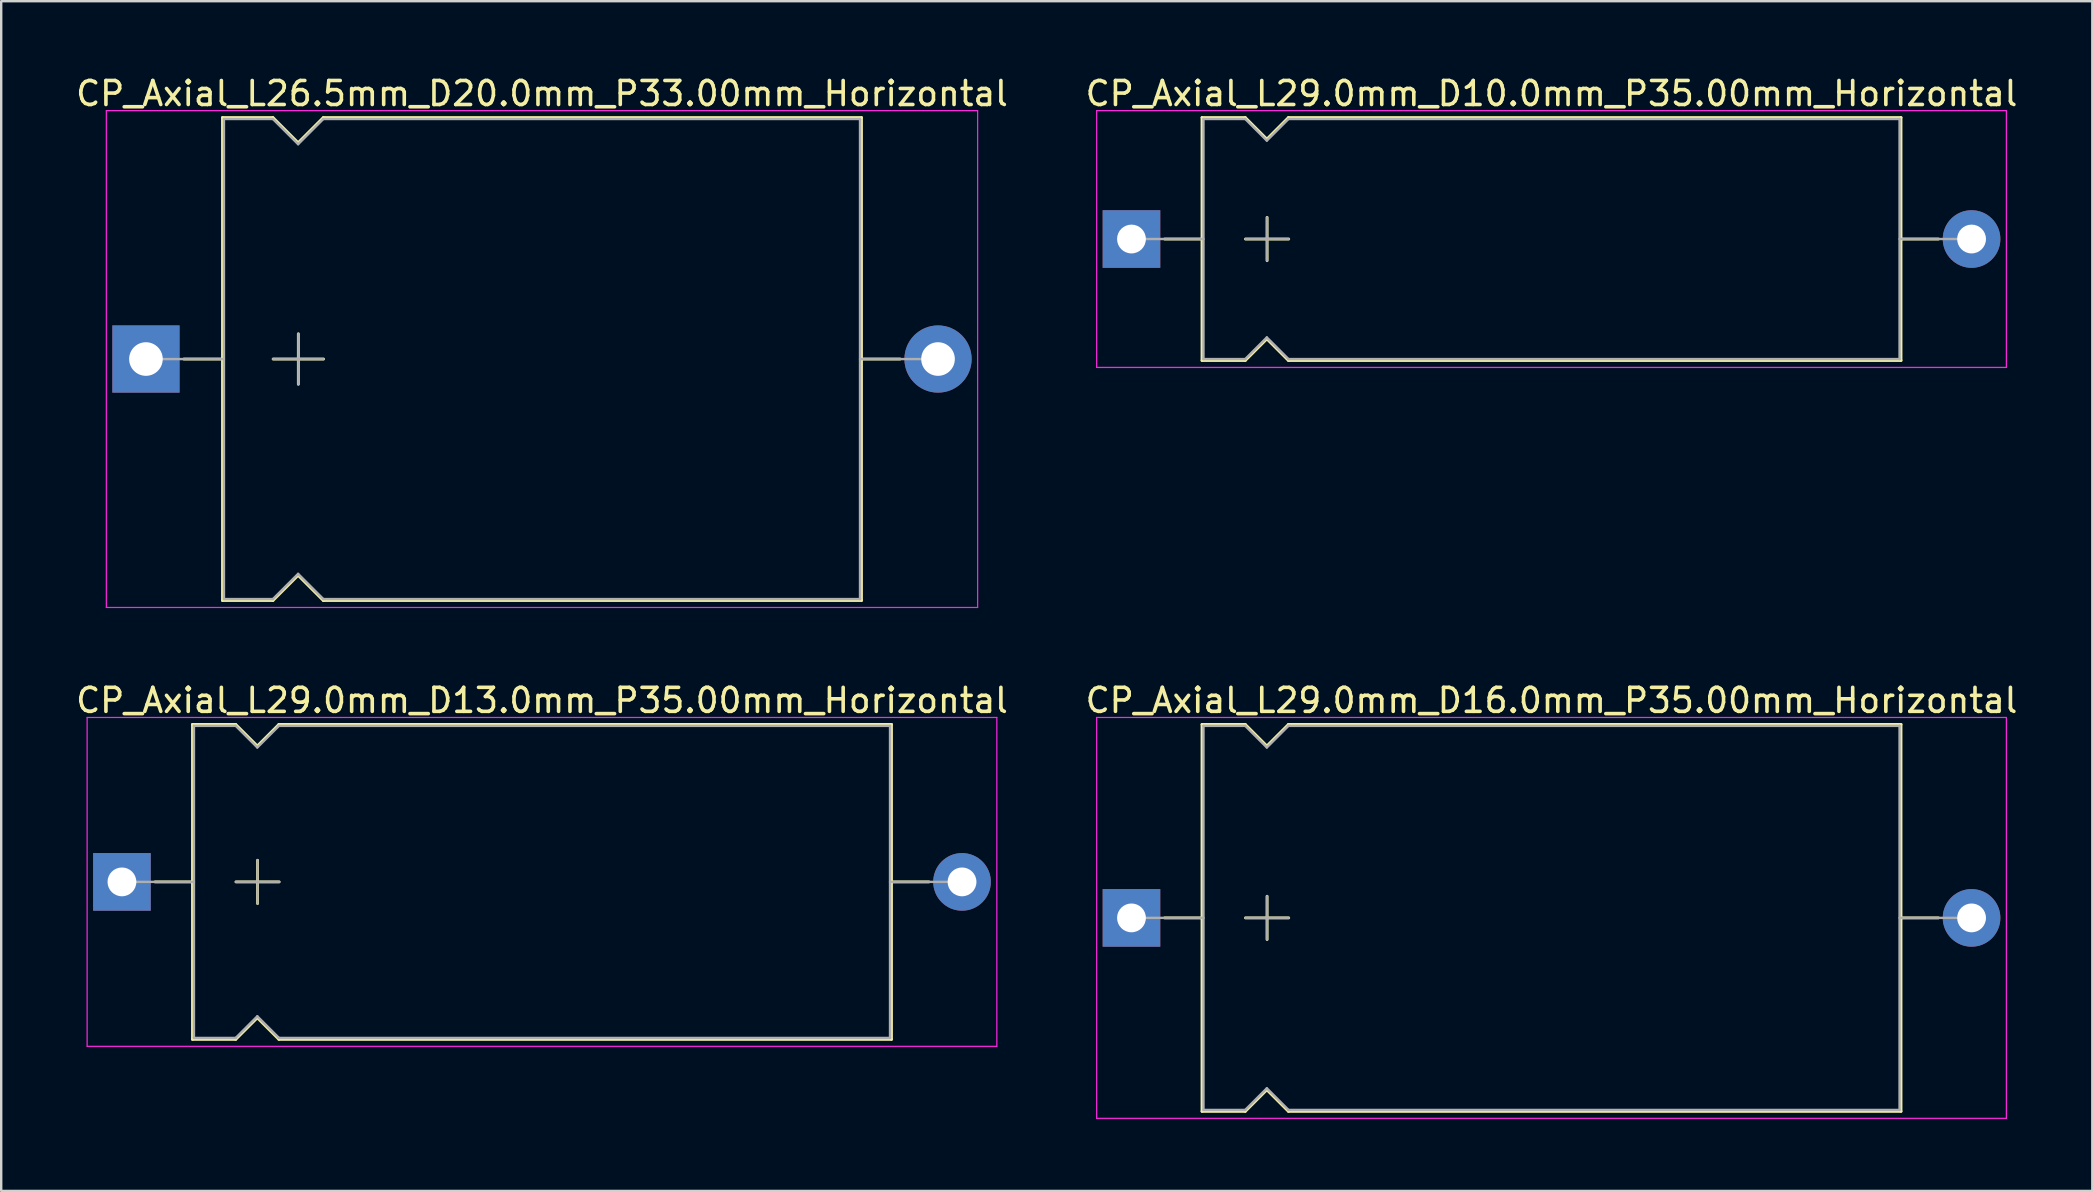
<source format=kicad_pcb>
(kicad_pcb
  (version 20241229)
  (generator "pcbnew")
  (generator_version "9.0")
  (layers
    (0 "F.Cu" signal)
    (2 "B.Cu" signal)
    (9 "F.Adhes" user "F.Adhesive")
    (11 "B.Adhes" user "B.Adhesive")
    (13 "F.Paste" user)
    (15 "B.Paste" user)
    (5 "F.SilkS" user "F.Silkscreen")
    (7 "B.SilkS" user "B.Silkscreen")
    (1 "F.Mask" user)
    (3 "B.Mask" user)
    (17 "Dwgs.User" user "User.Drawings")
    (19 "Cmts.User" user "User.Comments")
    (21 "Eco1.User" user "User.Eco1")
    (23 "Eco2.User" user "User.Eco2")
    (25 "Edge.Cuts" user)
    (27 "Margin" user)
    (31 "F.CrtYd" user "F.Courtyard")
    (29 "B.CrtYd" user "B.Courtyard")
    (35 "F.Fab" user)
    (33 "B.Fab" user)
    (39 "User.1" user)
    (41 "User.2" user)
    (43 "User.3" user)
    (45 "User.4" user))
  (footprint "CP_Axial_L26.5mm_D20.0mm_P33.00mm_Horizontal"
    (layer "F.Cu")
    (at 3.03 11.908)
    (property "Reference" "CP_Axial_L26.5mm_D20.0mm_P33.00mm_Horizontal" (at 16.5 -11.06 0) (layer "F.SilkS") (effects (font (size 1 1) (thickness 0.15))))
    (attr through_hole)
    (fp_line (start 1.58 0) (end 3.19 0) (stroke (width 0.12) (type solid)) (layer "F.SilkS"))
    (fp_line (start 3.19 -10.06) (end 3.19 10.06) (stroke (width 0.12) (type solid)) (layer "F.SilkS"))
    (fp_line (start 3.19 -10.06) (end 5.29 -10.06) (stroke (width 0.12) (type solid)) (layer "F.SilkS"))
    (fp_line (start 3.19 10.06) (end 5.29 10.06) (stroke (width 0.12) (type solid)) (layer "F.SilkS"))
    (fp_line (start 5.29 -10.06) (end 6.34 -9.01) (stroke (width 0.12) (type solid)) (layer "F.SilkS"))
    (fp_line (start 5.29 10.06) (end 6.34 9.01) (stroke (width 0.12) (type solid)) (layer "F.SilkS"))
    (fp_line (start 5.3 0) (end 7.4 0) (stroke (width 0.12) (type solid)) (layer "F.SilkS"))
    (fp_line (start 6.34 -9.01) (end 7.39 -10.06) (stroke (width 0.12) (type solid)) (layer "F.SilkS"))
    (fp_line (start 6.34 9.01) (end 7.39 10.06) (stroke (width 0.12) (type solid)) (layer "F.SilkS"))
    (fp_line (start 6.35 -1.05) (end 6.35 1.05) (stroke (width 0.12) (type solid)) (layer "F.SilkS"))
    (fp_line (start 7.39 -10.06) (end 29.81 -10.06) (stroke (width 0.12) (type solid)) (layer "F.SilkS"))
    (fp_line (start 7.39 10.06) (end 29.81 10.06) (stroke (width 0.12) (type solid)) (layer "F.SilkS"))
    (fp_line (start 29.81 -10.06) (end 29.81 10.06) (stroke (width 0.12) (type solid)) (layer "F.SilkS"))
    (fp_line (start 31.42 0) (end 29.81 0) (stroke (width 0.12) (type solid)) (layer "F.SilkS"))
    (fp_line (start -1.65 -10.35) (end -1.65 10.35) (stroke (width 0.05) (type solid)) (layer "F.CrtYd"))
    (fp_line (start -1.65 10.35) (end 34.65 10.35) (stroke (width 0.05) (type solid)) (layer "F.CrtYd"))
    (fp_line (start 34.65 -10.35) (end -1.65 -10.35) (stroke (width 0.05) (type solid)) (layer "F.CrtYd"))
    (fp_line (start 34.65 10.35) (end 34.65 -10.35) (stroke (width 0.05) (type solid)) (layer "F.CrtYd"))
    (fp_line (start 0 0) (end 3.25 0) (stroke (width 0.1) (type solid)) (layer "F.Fab"))
    (fp_line (start 3.25 -10) (end 3.25 10) (stroke (width 0.1) (type solid)) (layer "F.Fab"))
    (fp_line (start 3.25 -10) (end 5.29 -10) (stroke (width 0.1) (type solid)) (layer "F.Fab"))
    (fp_line (start 3.25 10) (end 5.29 10) (stroke (width 0.1) (type solid)) (layer "F.Fab"))
    (fp_line (start 5.29 -10) (end 6.34 -8.95) (stroke (width 0.1) (type solid)) (layer "F.Fab"))
    (fp_line (start 5.29 10) (end 6.34 8.95) (stroke (width 0.1) (type solid)) (layer "F.Fab"))
    (fp_line (start 5.3 0) (end 7.4 0) (stroke (width 0.1) (type solid)) (layer "F.Fab"))
    (fp_line (start 6.34 -8.95) (end 7.39 -10) (stroke (width 0.1) (type solid)) (layer "F.Fab"))
    (fp_line (start 6.34 8.95) (end 7.39 10) (stroke (width 0.1) (type solid)) (layer "F.Fab"))
    (fp_line (start 6.35 -1.05) (end 6.35 1.05) (stroke (width 0.1) (type solid)) (layer "F.Fab"))
    (fp_line (start 7.39 -10) (end 29.75 -10) (stroke (width 0.1) (type solid)) (layer "F.Fab"))
    (fp_line (start 7.39 10) (end 29.75 10) (stroke (width 0.1) (type solid)) (layer "F.Fab"))
    (fp_line (start 29.75 -10) (end 29.75 10) (stroke (width 0.1) (type solid)) (layer "F.Fab"))
    (fp_line (start 33 0) (end 29.75 0) (stroke (width 0.1) (type solid)) (layer "F.Fab"))
    (pad "1" thru_hole rect (at 0 0) (size 2.8 2.8) (drill 1.4) (layers "*.Cu" "*.Mask"))
    (pad "2" thru_hole oval (at 33 0) (size 2.8 2.8) (drill 1.4) (layers "*.Cu" "*.Mask")))
  (footprint "CP_Axial_L29.0mm_D10.0mm_P35.00mm_Horizontal"
    (layer "F.Cu")
    (at 44.089 6.908)
    (property "Reference" "CP_Axial_L29.0mm_D10.0mm_P35.00mm_Horizontal" (at 17.5 -6.06 0) (layer "F.SilkS") (effects (font (size 1 1) (thickness 0.15))))
    (attr through_hole)
    (fp_line (start 1.38 0) (end 2.94 0) (stroke (width 0.12) (type solid)) (layer "F.SilkS"))
    (fp_line (start 2.94 -5.06) (end 2.94 5.06) (stroke (width 0.12) (type solid)) (layer "F.SilkS"))
    (fp_line (start 2.94 -5.06) (end 4.74 -5.06) (stroke (width 0.12) (type solid)) (layer "F.SilkS"))
    (fp_line (start 2.94 5.06) (end 4.74 5.06) (stroke (width 0.12) (type solid)) (layer "F.SilkS"))
    (fp_line (start 4.74 -5.06) (end 5.64 -4.16) (stroke (width 0.12) (type solid)) (layer "F.SilkS"))
    (fp_line (start 4.74 5.06) (end 5.64 4.16) (stroke (width 0.12) (type solid)) (layer "F.SilkS"))
    (fp_line (start 4.75 0) (end 6.55 0) (stroke (width 0.12) (type solid)) (layer "F.SilkS"))
    (fp_line (start 5.64 -4.16) (end 6.54 -5.06) (stroke (width 0.12) (type solid)) (layer "F.SilkS"))
    (fp_line (start 5.64 4.16) (end 6.54 5.06) (stroke (width 0.12) (type solid)) (layer "F.SilkS"))
    (fp_line (start 5.65 -0.9) (end 5.65 0.9) (stroke (width 0.12) (type solid)) (layer "F.SilkS"))
    (fp_line (start 6.54 -5.06) (end 32.06 -5.06) (stroke (width 0.12) (type solid)) (layer "F.SilkS"))
    (fp_line (start 6.54 5.06) (end 32.06 5.06) (stroke (width 0.12) (type solid)) (layer "F.SilkS"))
    (fp_line (start 32.06 -5.06) (end 32.06 5.06) (stroke (width 0.12) (type solid)) (layer "F.SilkS"))
    (fp_line (start 33.62 0) (end 32.06 0) (stroke (width 0.12) (type solid)) (layer "F.SilkS"))
    (fp_line (start -1.45 -5.35) (end -1.45 5.35) (stroke (width 0.05) (type solid)) (layer "F.CrtYd"))
    (fp_line (start -1.45 5.35) (end 36.45 5.35) (stroke (width 0.05) (type solid)) (layer "F.CrtYd"))
    (fp_line (start 36.45 -5.35) (end -1.45 -5.35) (stroke (width 0.05) (type solid)) (layer "F.CrtYd"))
    (fp_line (start 36.45 5.35) (end 36.45 -5.35) (stroke (width 0.05) (type solid)) (layer "F.CrtYd"))
    (fp_line (start 0 0) (end 3 0) (stroke (width 0.1) (type solid)) (layer "F.Fab"))
    (fp_line (start 3 -5) (end 3 5) (stroke (width 0.1) (type solid)) (layer "F.Fab"))
    (fp_line (start 3 -5) (end 4.74 -5) (stroke (width 0.1) (type solid)) (layer "F.Fab"))
    (fp_line (start 3 5) (end 4.74 5) (stroke (width 0.1) (type solid)) (layer "F.Fab"))
    (fp_line (start 4.74 -5) (end 5.64 -4.1) (stroke (width 0.1) (type solid)) (layer "F.Fab"))
    (fp_line (start 4.74 5) (end 5.64 4.1) (stroke (width 0.1) (type solid)) (layer "F.Fab"))
    (fp_line (start 4.75 0) (end 6.55 0) (stroke (width 0.1) (type solid)) (layer "F.Fab"))
    (fp_line (start 5.64 -4.1) (end 6.54 -5) (stroke (width 0.1) (type solid)) (layer "F.Fab"))
    (fp_line (start 5.64 4.1) (end 6.54 5) (stroke (width 0.1) (type solid)) (layer "F.Fab"))
    (fp_line (start 5.65 -0.9) (end 5.65 0.9) (stroke (width 0.1) (type solid)) (layer "F.Fab"))
    (fp_line (start 6.54 -5) (end 32 -5) (stroke (width 0.1) (type solid)) (layer "F.Fab"))
    (fp_line (start 6.54 5) (end 32 5) (stroke (width 0.1) (type solid)) (layer "F.Fab"))
    (fp_line (start 32 -5) (end 32 5) (stroke (width 0.1) (type solid)) (layer "F.Fab"))
    (fp_line (start 35 0) (end 32 0) (stroke (width 0.1) (type solid)) (layer "F.Fab"))
    (pad "1" thru_hole rect (at 0 0) (size 2.4 2.4) (drill 1.2) (layers "*.Cu" "*.Mask"))
    (pad "2" thru_hole oval (at 35 0) (size 2.4 2.4) (drill 1.2) (layers "*.Cu" "*.Mask")))
  (footprint "CP_Axial_L29.0mm_D13.0mm_P35.00mm_Horizontal"
    (layer "F.Cu")
    (at 2.03 33.691)
    (property "Reference" "CP_Axial_L29.0mm_D13.0mm_P35.00mm_Horizontal" (at 17.5 -7.56 0) (layer "F.SilkS") (effects (font (size 1 1) (thickness 0.15))))
    (attr through_hole)
    (fp_line (start 1.38 0) (end 2.94 0) (stroke (width 0.12) (type solid)) (layer "F.SilkS"))
    (fp_line (start 2.94 -6.56) (end 2.94 6.56) (stroke (width 0.12) (type solid)) (layer "F.SilkS"))
    (fp_line (start 2.94 -6.56) (end 4.74 -6.56) (stroke (width 0.12) (type solid)) (layer "F.SilkS"))
    (fp_line (start 2.94 6.56) (end 4.74 6.56) (stroke (width 0.12) (type solid)) (layer "F.SilkS"))
    (fp_line (start 4.74 -6.56) (end 5.64 -5.66) (stroke (width 0.12) (type solid)) (layer "F.SilkS"))
    (fp_line (start 4.74 6.56) (end 5.64 5.66) (stroke (width 0.12) (type solid)) (layer "F.SilkS"))
    (fp_line (start 4.75 0) (end 6.55 0) (stroke (width 0.12) (type solid)) (layer "F.SilkS"))
    (fp_line (start 5.64 -5.66) (end 6.54 -6.56) (stroke (width 0.12) (type solid)) (layer "F.SilkS"))
    (fp_line (start 5.64 5.66) (end 6.54 6.56) (stroke (width 0.12) (type solid)) (layer "F.SilkS"))
    (fp_line (start 5.65 -0.9) (end 5.65 0.9) (stroke (width 0.12) (type solid)) (layer "F.SilkS"))
    (fp_line (start 6.54 -6.56) (end 32.06 -6.56) (stroke (width 0.12) (type solid)) (layer "F.SilkS"))
    (fp_line (start 6.54 6.56) (end 32.06 6.56) (stroke (width 0.12) (type solid)) (layer "F.SilkS"))
    (fp_line (start 32.06 -6.56) (end 32.06 6.56) (stroke (width 0.12) (type solid)) (layer "F.SilkS"))
    (fp_line (start 33.62 0) (end 32.06 0) (stroke (width 0.12) (type solid)) (layer "F.SilkS"))
    (fp_line (start -1.45 -6.85) (end -1.45 6.85) (stroke (width 0.05) (type solid)) (layer "F.CrtYd"))
    (fp_line (start -1.45 6.85) (end 36.45 6.85) (stroke (width 0.05) (type solid)) (layer "F.CrtYd"))
    (fp_line (start 36.45 -6.85) (end -1.45 -6.85) (stroke (width 0.05) (type solid)) (layer "F.CrtYd"))
    (fp_line (start 36.45 6.85) (end 36.45 -6.85) (stroke (width 0.05) (type solid)) (layer "F.CrtYd"))
    (fp_line (start 0 0) (end 3 0) (stroke (width 0.1) (type solid)) (layer "F.Fab"))
    (fp_line (start 3 -6.5) (end 3 6.5) (stroke (width 0.1) (type solid)) (layer "F.Fab"))
    (fp_line (start 3 -6.5) (end 4.74 -6.5) (stroke (width 0.1) (type solid)) (layer "F.Fab"))
    (fp_line (start 3 6.5) (end 4.74 6.5) (stroke (width 0.1) (type solid)) (layer "F.Fab"))
    (fp_line (start 4.74 -6.5) (end 5.64 -5.6) (stroke (width 0.1) (type solid)) (layer "F.Fab"))
    (fp_line (start 4.74 6.5) (end 5.64 5.6) (stroke (width 0.1) (type solid)) (layer "F.Fab"))
    (fp_line (start 4.75 0) (end 6.55 0) (stroke (width 0.1) (type solid)) (layer "F.Fab"))
    (fp_line (start 5.64 -5.6) (end 6.54 -6.5) (stroke (width 0.1) (type solid)) (layer "F.Fab"))
    (fp_line (start 5.64 5.6) (end 6.54 6.5) (stroke (width 0.1) (type solid)) (layer "F.Fab"))
    (fp_line (start 5.65 -0.9) (end 5.65 0.9) (stroke (width 0.1) (type solid)) (layer "F.Fab"))
    (fp_line (start 6.54 -6.5) (end 32 -6.5) (stroke (width 0.1) (type solid)) (layer "F.Fab"))
    (fp_line (start 6.54 6.5) (end 32 6.5) (stroke (width 0.1) (type solid)) (layer "F.Fab"))
    (fp_line (start 32 -6.5) (end 32 6.5) (stroke (width 0.1) (type solid)) (layer "F.Fab"))
    (fp_line (start 35 0) (end 32 0) (stroke (width 0.1) (type solid)) (layer "F.Fab"))
    (pad "1" thru_hole rect (at 0 0) (size 2.4 2.4) (drill 1.2) (layers "*.Cu" "*.Mask"))
    (pad "2" thru_hole oval (at 35 0) (size 2.4 2.4) (drill 1.2) (layers "*.Cu" "*.Mask")))
  (footprint "CP_Axial_L29.0mm_D16.0mm_P35.00mm_Horizontal"
    (layer "F.Cu")
    (at 44.089 35.191)
    (property "Reference" "CP_Axial_L29.0mm_D16.0mm_P35.00mm_Horizontal" (at 17.5 -9.06 0) (layer "F.SilkS") (effects (font (size 1 1) (thickness 0.15))))
    (attr through_hole)
    (fp_line (start 1.38 0) (end 2.94 0) (stroke (width 0.12) (type solid)) (layer "F.SilkS"))
    (fp_line (start 2.94 -8.06) (end 2.94 8.06) (stroke (width 0.12) (type solid)) (layer "F.SilkS"))
    (fp_line (start 2.94 -8.06) (end 4.74 -8.06) (stroke (width 0.12) (type solid)) (layer "F.SilkS"))
    (fp_line (start 2.94 8.06) (end 4.74 8.06) (stroke (width 0.12) (type solid)) (layer "F.SilkS"))
    (fp_line (start 4.74 -8.06) (end 5.64 -7.16) (stroke (width 0.12) (type solid)) (layer "F.SilkS"))
    (fp_line (start 4.74 8.06) (end 5.64 7.16) (stroke (width 0.12) (type solid)) (layer "F.SilkS"))
    (fp_line (start 4.75 0) (end 6.55 0) (stroke (width 0.12) (type solid)) (layer "F.SilkS"))
    (fp_line (start 5.64 -7.16) (end 6.54 -8.06) (stroke (width 0.12) (type solid)) (layer "F.SilkS"))
    (fp_line (start 5.64 7.16) (end 6.54 8.06) (stroke (width 0.12) (type solid)) (layer "F.SilkS"))
    (fp_line (start 5.65 -0.9) (end 5.65 0.9) (stroke (width 0.12) (type solid)) (layer "F.SilkS"))
    (fp_line (start 6.54 -8.06) (end 32.06 -8.06) (stroke (width 0.12) (type solid)) (layer "F.SilkS"))
    (fp_line (start 6.54 8.06) (end 32.06 8.06) (stroke (width 0.12) (type solid)) (layer "F.SilkS"))
    (fp_line (start 32.06 -8.06) (end 32.06 8.06) (stroke (width 0.12) (type solid)) (layer "F.SilkS"))
    (fp_line (start 33.62 0) (end 32.06 0) (stroke (width 0.12) (type solid)) (layer "F.SilkS"))
    (fp_line (start -1.45 -8.35) (end -1.45 8.35) (stroke (width 0.05) (type solid)) (layer "F.CrtYd"))
    (fp_line (start -1.45 8.35) (end 36.45 8.35) (stroke (width 0.05) (type solid)) (layer "F.CrtYd"))
    (fp_line (start 36.45 -8.35) (end -1.45 -8.35) (stroke (width 0.05) (type solid)) (layer "F.CrtYd"))
    (fp_line (start 36.45 8.35) (end 36.45 -8.35) (stroke (width 0.05) (type solid)) (layer "F.CrtYd"))
    (fp_line (start 0 0) (end 3 0) (stroke (width 0.1) (type solid)) (layer "F.Fab"))
    (fp_line (start 3 -8) (end 3 8) (stroke (width 0.1) (type solid)) (layer "F.Fab"))
    (fp_line (start 3 -8) (end 4.74 -8) (stroke (width 0.1) (type solid)) (layer "F.Fab"))
    (fp_line (start 3 8) (end 4.74 8) (stroke (width 0.1) (type solid)) (layer "F.Fab"))
    (fp_line (start 4.74 -8) (end 5.64 -7.1) (stroke (width 0.1) (type solid)) (layer "F.Fab"))
    (fp_line (start 4.74 8) (end 5.64 7.1) (stroke (width 0.1) (type solid)) (layer "F.Fab"))
    (fp_line (start 4.75 0) (end 6.55 0) (stroke (width 0.1) (type solid)) (layer "F.Fab"))
    (fp_line (start 5.64 -7.1) (end 6.54 -8) (stroke (width 0.1) (type solid)) (layer "F.Fab"))
    (fp_line (start 5.64 7.1) (end 6.54 8) (stroke (width 0.1) (type solid)) (layer "F.Fab"))
    (fp_line (start 5.65 -0.9) (end 5.65 0.9) (stroke (width 0.1) (type solid)) (layer "F.Fab"))
    (fp_line (start 6.54 -8) (end 32 -8) (stroke (width 0.1) (type solid)) (layer "F.Fab"))
    (fp_line (start 6.54 8) (end 32 8) (stroke (width 0.1) (type solid)) (layer "F.Fab"))
    (fp_line (start 32 -8) (end 32 8) (stroke (width 0.1) (type solid)) (layer "F.Fab"))
    (fp_line (start 35 0) (end 32 0) (stroke (width 0.1) (type solid)) (layer "F.Fab"))
    (pad "1" thru_hole rect (at 0 0) (size 2.4 2.4) (drill 1.2) (layers "*.Cu" "*.Mask"))
    (pad "2" thru_hole oval (at 35 0) (size 2.4 2.4) (drill 1.2) (layers "*.Cu" "*.Mask")))
  (gr_rect
    (start -3 -3)
    (end 84.119 46.566)
    (stroke (width 0.1) (type default))
    (fill no)
    (layer "Edge.Cuts")))
</source>
